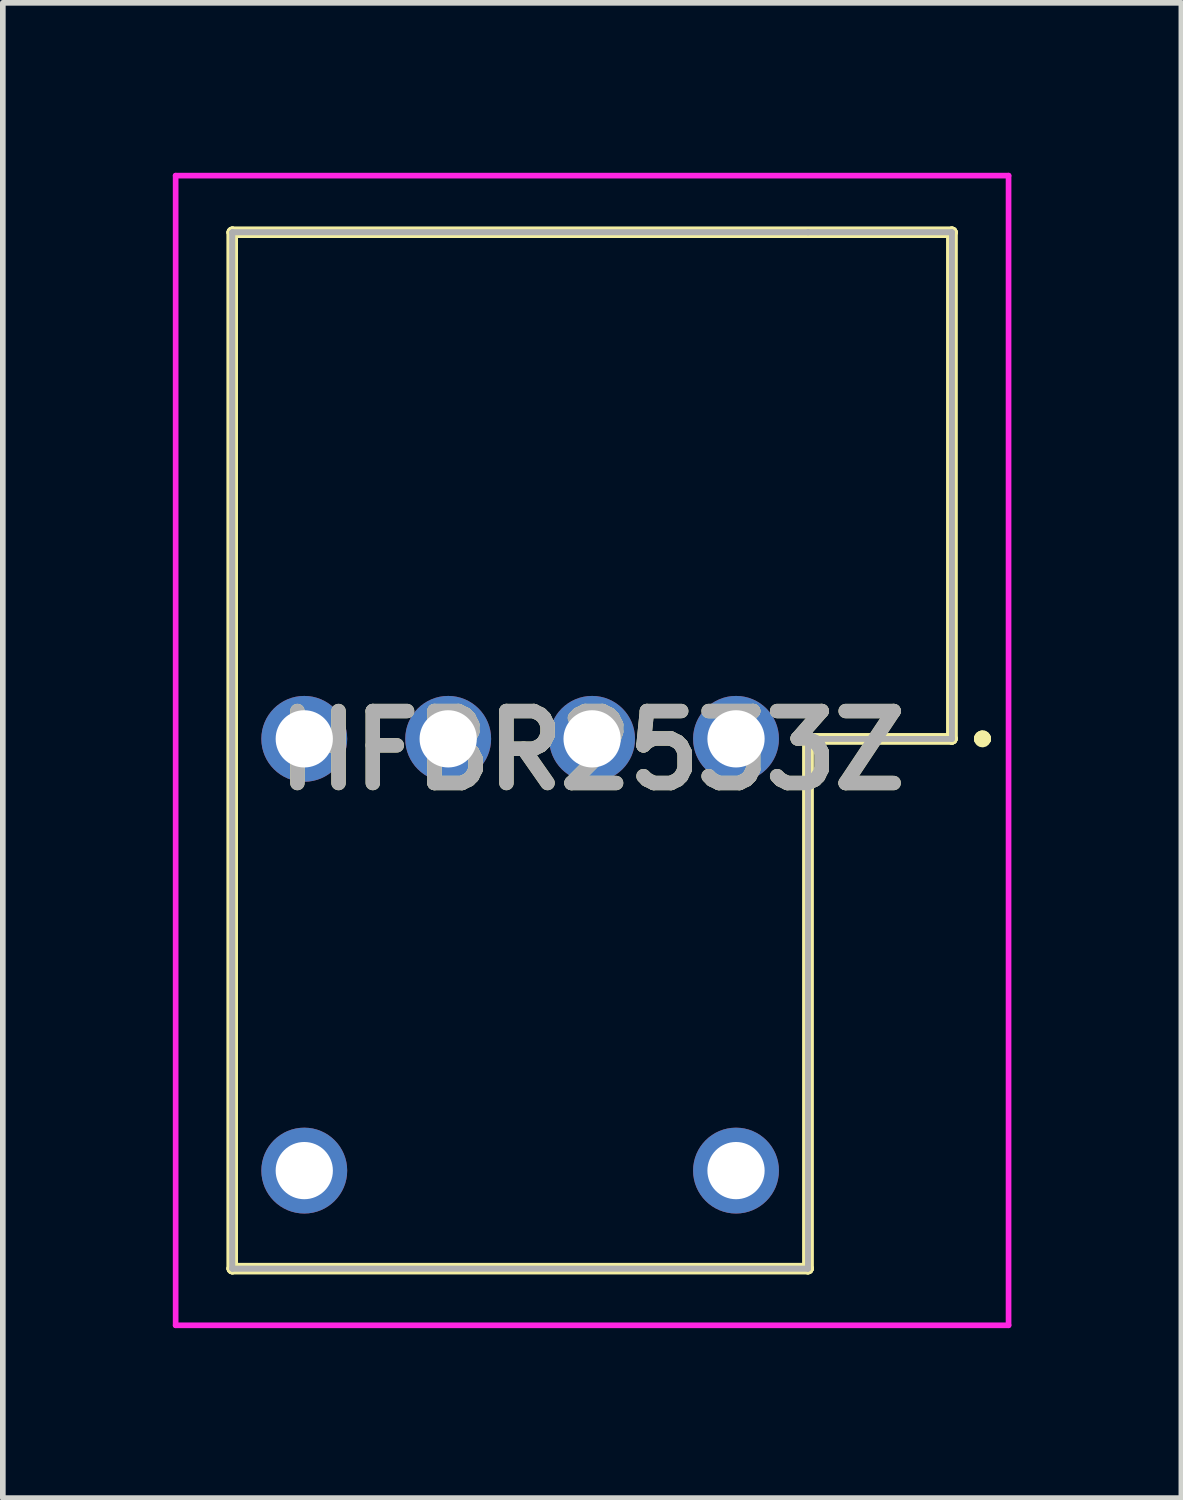
<source format=kicad_pcb>
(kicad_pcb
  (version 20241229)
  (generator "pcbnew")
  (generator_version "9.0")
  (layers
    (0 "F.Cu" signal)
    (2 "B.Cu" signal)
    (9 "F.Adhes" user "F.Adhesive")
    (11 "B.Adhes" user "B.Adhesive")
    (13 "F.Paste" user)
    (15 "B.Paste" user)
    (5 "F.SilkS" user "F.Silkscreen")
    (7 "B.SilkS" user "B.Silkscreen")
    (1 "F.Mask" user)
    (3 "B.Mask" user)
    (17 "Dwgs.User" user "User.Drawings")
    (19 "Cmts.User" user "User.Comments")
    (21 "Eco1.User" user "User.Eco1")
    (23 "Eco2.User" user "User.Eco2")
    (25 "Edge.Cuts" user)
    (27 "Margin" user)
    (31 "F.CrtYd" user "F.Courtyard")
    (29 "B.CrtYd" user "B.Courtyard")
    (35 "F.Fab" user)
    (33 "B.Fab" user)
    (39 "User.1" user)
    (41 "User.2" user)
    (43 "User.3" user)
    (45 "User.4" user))
  (footprint "HFBR2533Z"
    (layer "F.Cu")
    (at 9.94 9.99)
    (property "Reference" "HFBR2533Z" (at -2.54 0.205 0) (layer "F.SilkS") (effects (font (size 1.27 1.27) (thickness 0.254))))
    (attr through_hole)
    (fp_line (start -8.89 -8.94) (end -8.89 -8.94) (stroke (width 0.2) (type solid)) (layer "F.SilkS"))
    (fp_line (start -8.89 -8.94) (end -8.89 -8.94) (stroke (width 0.2) (type solid)) (layer "F.SilkS"))
    (fp_line (start -8.89 -8.94) (end -8.89 9.35) (stroke (width 0.2) (type solid)) (layer "F.SilkS"))
    (fp_line (start -8.89 -8.94) (end 3.81 -8.94) (stroke (width 0.2) (type solid)) (layer "F.SilkS"))
    (fp_line (start -8.89 9.35) (end -8.89 -8.94) (stroke (width 0.2) (type solid)) (layer "F.SilkS"))
    (fp_line (start -8.89 9.35) (end -8.89 9.35) (stroke (width 0.2) (type solid)) (layer "F.SilkS"))
    (fp_line (start -8.89 9.35) (end -8.89 9.35) (stroke (width 0.2) (type solid)) (layer "F.SilkS"))
    (fp_line (start -8.89 9.35) (end 1.27 9.35) (stroke (width 0.2) (type solid)) (layer "F.SilkS"))
    (fp_line (start 1.27 0) (end 1.27 0) (stroke (width 0.2) (type solid)) (layer "F.SilkS"))
    (fp_line (start 1.27 0) (end 1.27 0) (stroke (width 0.2) (type solid)) (layer "F.SilkS"))
    (fp_line (start 1.27 0) (end 1.27 9.35) (stroke (width 0.2) (type solid)) (layer "F.SilkS"))
    (fp_line (start 1.27 0) (end 3.81 0) (stroke (width 0.2) (type solid)) (layer "F.SilkS"))
    (fp_line (start 1.27 9.35) (end -8.89 9.35) (stroke (width 0.2) (type solid)) (layer "F.SilkS"))
    (fp_line (start 1.27 9.35) (end 1.27 0) (stroke (width 0.2) (type solid)) (layer "F.SilkS"))
    (fp_line (start 1.27 9.35) (end 1.27 9.35) (stroke (width 0.2) (type solid)) (layer "F.SilkS"))
    (fp_line (start 1.27 9.35) (end 1.27 9.35) (stroke (width 0.2) (type solid)) (layer "F.SilkS"))
    (fp_line (start 3.81 -8.94) (end -8.89 -8.94) (stroke (width 0.2) (type solid)) (layer "F.SilkS"))
    (fp_line (start 3.81 -8.94) (end 3.81 -8.94) (stroke (width 0.2) (type solid)) (layer "F.SilkS"))
    (fp_line (start 3.81 -8.94) (end 3.81 -8.94) (stroke (width 0.2) (type solid)) (layer "F.SilkS"))
    (fp_line (start 3.81 -8.94) (end 3.81 0) (stroke (width 0.2) (type solid)) (layer "F.SilkS"))
    (fp_line (start 3.81 0) (end 1.27 0) (stroke (width 0.2) (type solid)) (layer "F.SilkS"))
    (fp_line (start 3.81 0) (end 3.81 -8.94) (stroke (width 0.2) (type solid)) (layer "F.SilkS"))
    (fp_line (start 3.81 0) (end 3.81 0) (stroke (width 0.2) (type solid)) (layer "F.SilkS"))
    (fp_line (start 3.81 0) (end 3.81 0) (stroke (width 0.2) (type solid)) (layer "F.SilkS"))
    (fp_line (start 4.3 0) (end 4.3 0) (stroke (width 0.2) (type solid)) (layer "F.SilkS"))
    (fp_line (start 4.4 0) (end 4.4 0) (stroke (width 0.2) (type solid)) (layer "F.SilkS"))
    (fp_line (start 4.4 0) (end 4.4 0) (stroke (width 0.2) (type solid)) (layer "F.SilkS"))
    (fp_arc (start 4.3 0) (mid 4.35 -0.05) (end 4.4 0) (stroke (width 0.2) (type solid)) (layer "F.SilkS"))
    (fp_arc (start 4.3 0) (mid 4.35 -0.05) (end 4.4 0) (stroke (width 0.2) (type solid)) (layer "F.SilkS"))
    (fp_arc (start 4.4 0) (mid 4.35 0.05) (end 4.3 0) (stroke (width 0.2) (type solid)) (layer "F.SilkS"))
    (fp_line (start -9.89 -9.94) (end 4.81 -9.94) (stroke (width 0.1) (type solid)) (layer "F.CrtYd"))
    (fp_line (start -9.89 10.35) (end -9.89 -9.94) (stroke (width 0.1) (type solid)) (layer "F.CrtYd"))
    (fp_line (start 4.81 -9.94) (end 4.81 10.35) (stroke (width 0.1) (type solid)) (layer "F.CrtYd"))
    (fp_line (start 4.81 10.35) (end -9.89 10.35) (stroke (width 0.1) (type solid)) (layer "F.CrtYd"))
    (fp_line (start -8.89 -8.94) (end -8.89 -8.94) (stroke (width 0.1) (type solid)) (layer "F.Fab"))
    (fp_line (start -8.89 -8.94) (end -8.89 -8.94) (stroke (width 0.1) (type solid)) (layer "F.Fab"))
    (fp_line (start -8.89 -8.94) (end -8.89 9.35) (stroke (width 0.1) (type solid)) (layer "F.Fab"))
    (fp_line (start -8.89 -8.94) (end 1.27 -8.94) (stroke (width 0.1) (type solid)) (layer "F.Fab"))
    (fp_line (start -8.89 9.35) (end -8.89 -8.94) (stroke (width 0.1) (type solid)) (layer "F.Fab"))
    (fp_line (start -8.89 9.35) (end -8.89 9.35) (stroke (width 0.1) (type solid)) (layer "F.Fab"))
    (fp_line (start -8.89 9.35) (end -8.89 9.35) (stroke (width 0.1) (type solid)) (layer "F.Fab"))
    (fp_line (start -8.89 9.35) (end 1.27 9.35) (stroke (width 0.1) (type solid)) (layer "F.Fab"))
    (fp_line (start 1.27 -8.94) (end -8.89 -8.94) (stroke (width 0.1) (type solid)) (layer "F.Fab"))
    (fp_line (start 1.27 -8.94) (end 1.27 -8.94) (stroke (width 0.1) (type solid)) (layer "F.Fab"))
    (fp_line (start 1.27 -8.94) (end 1.27 -8.94) (stroke (width 0.1) (type solid)) (layer "F.Fab"))
    (fp_line (start 1.27 -8.94) (end 3.81 -8.94) (stroke (width 0.1) (type solid)) (layer "F.Fab"))
    (fp_line (start 1.27 0) (end 1.27 0) (stroke (width 0.1) (type solid)) (layer "F.Fab"))
    (fp_line (start 1.27 0) (end 1.27 0) (stroke (width 0.1) (type solid)) (layer "F.Fab"))
    (fp_line (start 1.27 0) (end 1.27 9.35) (stroke (width 0.1) (type solid)) (layer "F.Fab"))
    (fp_line (start 1.27 0) (end 3.81 0) (stroke (width 0.1) (type solid)) (layer "F.Fab"))
    (fp_line (start 1.27 9.35) (end -8.89 9.35) (stroke (width 0.1) (type solid)) (layer "F.Fab"))
    (fp_line (start 1.27 9.35) (end 1.27 0) (stroke (width 0.1) (type solid)) (layer "F.Fab"))
    (fp_line (start 1.27 9.35) (end 1.27 9.35) (stroke (width 0.1) (type solid)) (layer "F.Fab"))
    (fp_line (start 1.27 9.35) (end 1.27 9.35) (stroke (width 0.1) (type solid)) (layer "F.Fab"))
    (fp_line (start 3.81 -8.94) (end 1.27 -8.94) (stroke (width 0.1) (type solid)) (layer "F.Fab"))
    (fp_line (start 3.81 -8.94) (end 3.81 -8.94) (stroke (width 0.1) (type solid)) (layer "F.Fab"))
    (fp_line (start 3.81 -8.94) (end 3.81 -8.94) (stroke (width 0.1) (type solid)) (layer "F.Fab"))
    (fp_line (start 3.81 -8.94) (end 3.81 0) (stroke (width 0.1) (type solid)) (layer "F.Fab"))
    (fp_line (start 3.81 0) (end 1.27 0) (stroke (width 0.1) (type solid)) (layer "F.Fab"))
    (fp_line (start 3.81 0) (end 3.81 -8.94) (stroke (width 0.1) (type solid)) (layer "F.Fab"))
    (fp_line (start 3.81 0) (end 3.81 0) (stroke (width 0.1) (type solid)) (layer "F.Fab"))
    (fp_line (start 3.81 0) (end 3.81 0) (stroke (width 0.1) (type solid)) (layer "F.Fab"))
    (fp_text user "${REFERENCE}" (at -2.54 0.205 0) (layer "F.Fab") (effects (font (size 1.27 1.27) (thickness 0.254))))
    (pad "" np_thru_hole circle (at -3.81 3.81) (size 0.001 0.001) (drill 2.25) (layers "*.Cu" "*.Mask"))
    (pad "1" thru_hole circle (at 0 0) (size 1.515 1.515) (drill 1.01) (layers "*.Cu" "*.Mask"))
    (pad "2" thru_hole circle (at -2.54 0) (size 1.515 1.515) (drill 1.01) (layers "*.Cu" "*.Mask"))
    (pad "3" thru_hole circle (at -5.08 0) (size 1.515 1.515) (drill 1.01) (layers "*.Cu" "*.Mask"))
    (pad "4" thru_hole circle (at -7.62 0) (size 1.515 1.515) (drill 1.01) (layers "*.Cu" "*.Mask"))
    (pad "5" thru_hole circle (at -7.62 7.62) (size 1.515 1.515) (drill 1.01) (layers "*.Cu" "*.Mask"))
    (pad "8" thru_hole circle (at 0 7.62) (size 1.515 1.515) (drill 1.01) (layers "*.Cu" "*.Mask")))
  (gr_rect
    (start -3 -3)
    (end 17.8 23.39)
    (stroke (width 0.1) (type default))
    (fill no)
    (layer "Edge.Cuts")))
</source>
